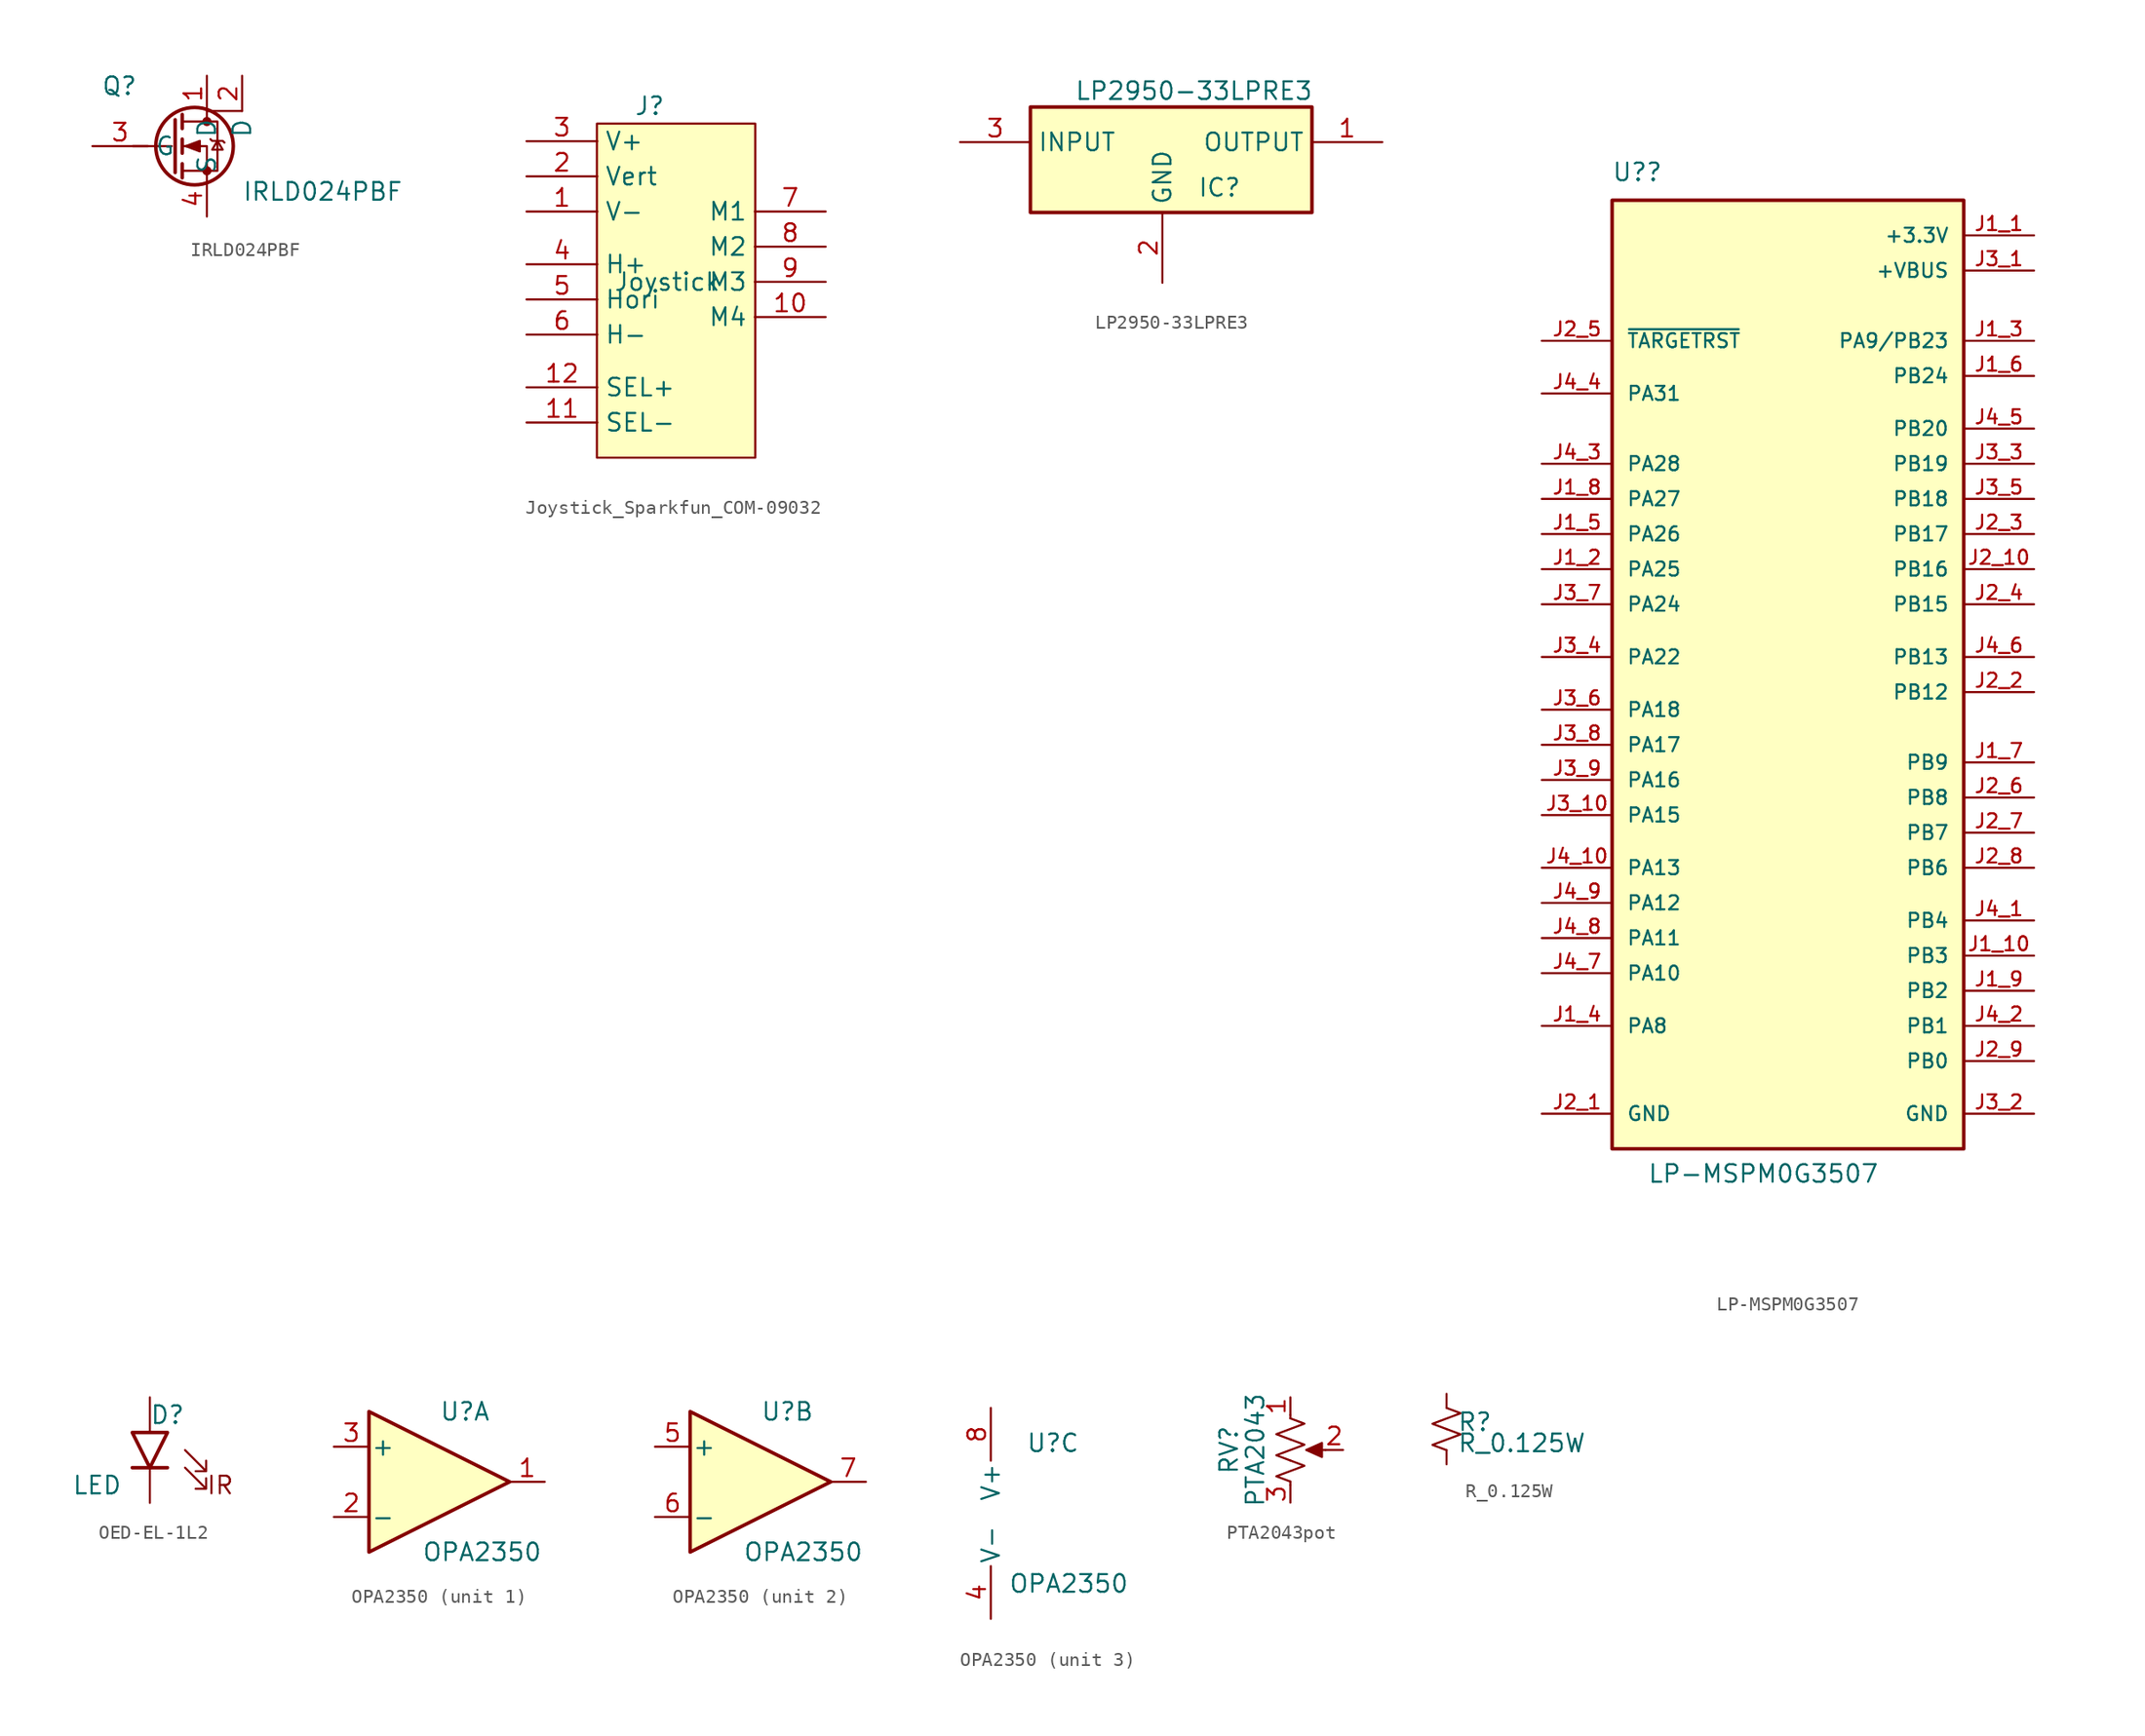
<source format=kicad_sym>
(kicad_symbol_lib
  (version 20241209)
  (generator "kicad_symbol_editor")
  (generator_version "9.0")
  (symbol "IRLD024PBF"
    (property "Reference" "Q"
      (at 6.35 5.715 0)
      (effects (font (size 1.27 1.27)) (justify left top)))
    (property "Value" "IRLD024PBF"
      (at 16.51 -1.905 0)
      (effects (font (size 1.27 1.27)) (justify left top)))
    (symbol "IRLD024PBF_0_1"
      (polyline (pts (xy 11.43 0.635) (xy 8.636 0.635)) (stroke (width 0) (type default)) (fill (type none)))
      (polyline (pts (xy 11.684 2.54) (xy 11.684 -1.27)) (stroke (width 0.254) (type default)) (fill (type none)))
      (polyline (pts (xy 12.192 2.921) (xy 12.192 1.905)) (stroke (width 0.254) (type default)) (fill (type none)))
      (polyline (pts (xy 12.192 1.143) (xy 12.192 0.127)) (stroke (width 0.254) (type default)) (fill (type none)))
      (polyline (pts (xy 12.192 -0.635) (xy 12.192 -1.651)) (stroke (width 0.254) (type default)) (fill (type none)))
      (polyline (pts (xy 12.192 -1.143) (xy 14.732 -1.143) (xy 14.732 2.413) (xy 12.192 2.413)) (stroke (width 0) (type default)) (fill (type none)))
      (polyline (pts (xy 12.446 0.635) (xy 13.462 1.016) (xy 13.462 0.254) (xy 12.446 0.635)) (stroke (width 0) (type default)) (fill (type outline)))
      (circle (center 13.081 0.635) (radius 2.794) (stroke (width 0.254) (type default)) (fill (type none)))
      (polyline (pts (xy 13.97 3.175) (xy 13.97 2.413)) (stroke (width 0) (type default)) (fill (type none)))
      (circle (center 13.97 2.413) (radius 0.254) (stroke (width 0) (type default)) (fill (type outline)))
      (circle (center 13.97 -1.143) (radius 0.254) (stroke (width 0) (type default)) (fill (type outline)))
      (polyline (pts (xy 13.97 -1.905) (xy 13.97 0.635) (xy 12.192 0.635)) (stroke (width 0) (type default)) (fill (type none)))
      (polyline (pts (xy 14.224 1.143) (xy 14.351 1.016) (xy 15.113 1.016) (xy 15.24 0.889)) (stroke (width 0) (type default)) (fill (type none)))
      (polyline (pts (xy 14.732 1.016) (xy 14.351 0.381) (xy 15.113 0.381) (xy 14.732 1.016)) (stroke (width 0) (type default)) (fill (type none)))
      (polyline (pts (xy 16.51 3.175) (xy 13.97 3.175)) (stroke (width 0) (type default)) (fill (type none))))
    (symbol "IRLD024PBF_1_1"
      (pin input line (at 5.715 0.635 0) (length 4) (name "G" (effects (font (size 1.27 1.27)))) (number "3" (effects (font (size 1.27 1.27)))))
      (pin passive line (at 13.97 5.715 270) (length 2.54) (name "D" (effects (font (size 1.27 1.27)))) (number "1" (effects (font (size 1.27 1.27)))))
      (pin passive line (at 13.97 -4.445 90) (length 2.54) (name "S" (effects (font (size 1.27 1.27)))) (number "4" (effects (font (size 1.27 1.27)))))
      (pin passive line (at 16.51 5.715 270) (length 2.54) (name "D" (effects (font (size 1.27 1.27)))) (number "2" (effects (font (size 1.27 1.27)))))))
  (symbol "Joystick_Sparkfun_COM-09032"
    (property "Reference" "J"
      (at -1.27 12.7 0)
      (effects (font (size 1.27 1.27))))
    (property "Value" "Joystick"
      (at 0 0 0)
      (effects (font (size 1.27 1.27))))
    (symbol "Joystick_Sparkfun_COM-09032_1_1"
      (rectangle (start -5.08 11.43) (end 6.35 -12.7) (stroke (width 0) (type default)) (fill (type background)))
      (pin passive line (at -10.16 10.16 0) (length 5.12) (name "V+" (effects (font (size 1.27 1.27)))) (number "3" (effects (font (size 1.27 1.27)))))
      (pin passive line (at -10.16 7.62 0) (length 5.12) (name "Vert" (effects (font (size 1.27 1.27)))) (number "2" (effects (font (size 1.27 1.27)))))
      (pin passive line (at -10.16 5.08 0) (length 5.12) (name "V-" (effects (font (size 1.27 1.27)))) (number "1" (effects (font (size 1.27 1.27)))))
      (pin passive line (at -10.16 1.27 0) (length 5.12) (name "H+" (effects (font (size 1.27 1.27)))) (number "4" (effects (font (size 1.27 1.27)))))
      (pin passive line (at -10.16 -1.27 0) (length 5.12) (name "Hori" (effects (font (size 1.27 1.27)))) (number "5" (effects (font (size 1.27 1.27)))))
      (pin passive line (at -10.16 -3.81 0) (length 5.12) (name "H-" (effects (font (size 1.27 1.27)))) (number "6" (effects (font (size 1.27 1.27)))))
      (pin passive line (at -10.16 -7.62 0) (length 5.12) (name "SEL+" (effects (font (size 1.27 1.27)))) (number "12" (effects (font (size 1.27 1.27)))))
      (pin passive line (at -10.16 -10.16 0) (length 5.12) (name "SEL-" (effects (font (size 1.27 1.27)))) (number "11" (effects (font (size 1.27 1.27)))))
      (pin free line (at 11.43 5.08 180) (length 5.12) (name "M1" (effects (font (size 1.27 1.27)))) (number "7" (effects (font (size 1.27 1.27)))))
      (pin free line (at 11.43 2.54 180) (length 5.12) (name "M2" (effects (font (size 1.27 1.27)))) (number "8" (effects (font (size 1.27 1.27)))))
      (pin free line (at 11.43 0 180) (length 5.12) (name "M3" (effects (font (size 1.27 1.27)))) (number "9" (effects (font (size 1.27 1.27)))))
      (pin free line (at 11.43 -2.54 180) (length 5.12) (name "M4" (effects (font (size 1.27 1.27)))) (number "10" (effects (font (size 1.27 1.27)))))))
  (symbol "LP2950-33LPRE3"
    (property "Reference" "IC"
      (at 17.145 -2.54 0)
      (effects (font (size 1.27 1.27)) (justify left top)))
    (property "Value" "LP2950-33LPRE3"
      (at 8.255 4.445 0)
      (effects (font (size 1.27 1.27)) (justify left top)))
    (symbol "LP2950-33LPRE3_1_1"
      (rectangle (start 5.08 2.54) (end 25.4 -5.08) (stroke (width 0.254) (type default)) (fill (type background)))
      (pin power_in line (at 0 0 0) (length 5.08) (name "INPUT" (effects (font (size 1.27 1.27)))) (number "3" (effects (font (size 1.27 1.27)))))
      (pin passive line (at 14.605 -10.16 90) (length 5.08) (name "GND" (effects (font (size 1.27 1.27)))) (number "2" (effects (font (size 1.27 1.27)))))
      (pin power_out line (at 30.48 0 180) (length 5.08) (name "OUTPUT" (effects (font (size 1.27 1.27)))) (number "1" (effects (font (size 1.27 1.27)))))))
  (symbol "LP-MSPM0G3507"
    (pin_names
      (offset 1.016))
    (property "Reference" "U?"
      (at -12.737 34.31 0)
      (effects (font (size 1.27 1.27)) (justify left bottom)))
    (property "Value" "LP-MSPM0G3507"
      (at -10.16 -38.1 0)
      (effects (font (size 1.27 1.27)) (justify left bottom)))
    (symbol "LP-MSPM0G3507_0_0"
      (rectangle (start -12.7 -35.56) (end 12.7 33.02) (stroke (width 0.254) (type default)) (fill (type background))))
    (symbol "LP-MSPM0G3507_1_0"
      (pin input line (at -17.78 22.86 0) (length 5.08) (name "~{TARGETRST}" (effects (font (size 1.016 1.016)))) (number "J2_5" (effects (font (size 1.016 1.016)))))
      (pin bidirectional line (at -17.78 19.05 0) (length 5.08) (name "PA31" (effects (font (size 1.016 1.016)))) (number "J4_4" (effects (font (size 1.016 1.016)))))
      (pin bidirectional line (at -17.78 13.97 0) (length 5.08) (name "PA28" (effects (font (size 1.016 1.016)))) (number "J4_3" (effects (font (size 1.016 1.016)))))
      (pin bidirectional line (at -17.78 11.43 0) (length 5.08) (name "PA27" (effects (font (size 1.016 1.016)))) (number "J1_8" (effects (font (size 1.016 1.016)))))
      (pin bidirectional line (at -17.78 8.89 0) (length 5.08) (name "PA26" (effects (font (size 1.016 1.016)))) (number "J1_5" (effects (font (size 1.016 1.016)))))
      (pin bidirectional line (at -17.78 6.35 0) (length 5.08) (name "PA25" (effects (font (size 1.016 1.016)))) (number "J1_2" (effects (font (size 1.016 1.016)))))
      (pin bidirectional line (at -17.78 3.81 0) (length 5.08) (name "PA24" (effects (font (size 1.016 1.016)))) (number "J3_7" (effects (font (size 1.016 1.016)))))
      (pin bidirectional line (at -17.78 0 0) (length 5.08) (name "PA22" (effects (font (size 1.016 1.016)))) (number "J3_4" (effects (font (size 1.016 1.016)))))
      (pin bidirectional line (at -17.78 -3.81 0) (length 5.08) (name "PA18" (effects (font (size 1.016 1.016)))) (number "J3_6" (effects (font (size 1.016 1.016)))))
      (pin bidirectional line (at -17.78 -6.35 0) (length 5.08) (name "PA17" (effects (font (size 1.016 1.016)))) (number "J3_8" (effects (font (size 1.016 1.016)))))
      (pin bidirectional line (at -17.78 -8.89 0) (length 5.08) (name "PA16" (effects (font (size 1.016 1.016)))) (number "J3_9" (effects (font (size 1.016 1.016)))))
      (pin bidirectional line (at -17.78 -11.43 0) (length 5.08) (name "PA15" (effects (font (size 1.016 1.016)))) (number "J3_10" (effects (font (size 1.016 1.016)))))
      (pin bidirectional line (at -17.78 -15.24 0) (length 5.08) (name "PA13" (effects (font (size 1.016 1.016)))) (number "J4_10" (effects (font (size 1.016 1.016)))))
      (pin bidirectional line (at -17.78 -17.78 0) (length 5.08) (name "PA12" (effects (font (size 1.016 1.016)))) (number "J4_9" (effects (font (size 1.016 1.016)))))
      (pin bidirectional line (at -17.78 -20.32 0) (length 5.08) (name "PA11" (effects (font (size 1.016 1.016)))) (number "J4_8" (effects (font (size 1.016 1.016)))))
      (pin bidirectional line (at -17.78 -22.86 0) (length 5.08) (name "PA10" (effects (font (size 1.016 1.016)))) (number "J4_7" (effects (font (size 1.016 1.016)))))
      (pin bidirectional line (at -17.78 -26.67 0) (length 5.08) (name "PA8" (effects (font (size 1.016 1.016)))) (number "J1_4" (effects (font (size 1.016 1.016)))))
      (pin power_out line (at -17.78 -33.02 0) (length 5.08) (name "GND" (effects (font (size 1.016 1.016)))) (number "J2_1" (effects (font (size 1.016 1.016)))))
      (pin power_out line (at 17.78 30.48 180) (length 5.08) (name "+3.3V" (effects (font (size 1.016 1.016)))) (number "J1_1" (effects (font (size 1.016 1.016)))))
      (pin power_out line (at 17.78 27.94 180) (length 5.08) (name "+VBUS" (effects (font (size 1.016 1.016)))) (number "J3_1" (effects (font (size 1.016 1.016)))))
      (pin bidirectional line (at 17.78 22.86 180) (length 5.08) (name "PA9/PB23" (effects (font (size 1.016 1.016)))) (number "J1_3" (effects (font (size 1.016 1.016)))))
      (pin bidirectional line (at 17.78 20.32 180) (length 5.08) (name "PB24" (effects (font (size 1.016 1.016)))) (number "J1_6" (effects (font (size 1.016 1.016)))))
      (pin bidirectional line (at 17.78 16.51 180) (length 5.08) (name "PB20" (effects (font (size 1.016 1.016)))) (number "J4_5" (effects (font (size 1.016 1.016)))))
      (pin bidirectional line (at 17.78 13.97 180) (length 5.08) (name "PB19" (effects (font (size 1.016 1.016)))) (number "J3_3" (effects (font (size 1.016 1.016)))))
      (pin bidirectional line (at 17.78 11.43 180) (length 5.08) (name "PB18" (effects (font (size 1.016 1.016)))) (number "J3_5" (effects (font (size 1.016 1.016)))))
      (pin bidirectional line (at 17.78 8.89 180) (length 5.08) (name "PB17" (effects (font (size 1.016 1.016)))) (number "J2_3" (effects (font (size 1.016 1.016)))))
      (pin bidirectional line (at 17.78 6.35 180) (length 5.08) (name "PB16" (effects (font (size 1.016 1.016)))) (number "J2_10" (effects (font (size 1.016 1.016)))))
      (pin bidirectional line (at 17.78 3.81 180) (length 5.08) (name "PB15" (effects (font (size 1.016 1.016)))) (number "J2_4" (effects (font (size 1.016 1.016)))))
      (pin bidirectional line (at 17.78 0 180) (length 5.08) (name "PB13" (effects (font (size 1.016 1.016)))) (number "J4_6" (effects (font (size 1.016 1.016)))))
      (pin bidirectional line (at 17.78 -2.54 180) (length 5.08) (name "PB12" (effects (font (size 1.016 1.016)))) (number "J2_2" (effects (font (size 1.016 1.016)))))
      (pin bidirectional line (at 17.78 -7.62 180) (length 5.08) (name "PB9" (effects (font (size 1.016 1.016)))) (number "J1_7" (effects (font (size 1.016 1.016)))))
      (pin bidirectional line (at 17.78 -10.16 180) (length 5.08) (name "PB8" (effects (font (size 1.016 1.016)))) (number "J2_6" (effects (font (size 1.016 1.016)))))
      (pin bidirectional line (at 17.78 -12.7 180) (length 5.08) (name "PB7" (effects (font (size 1.016 1.016)))) (number "J2_7" (effects (font (size 1.016 1.016)))))
      (pin bidirectional line (at 17.78 -15.24 180) (length 5.08) (name "PB6" (effects (font (size 1.016 1.016)))) (number "J2_8" (effects (font (size 1.016 1.016)))))
      (pin bidirectional line (at 17.78 -19.05 180) (length 5.08) (name "PB4" (effects (font (size 1.016 1.016)))) (number "J4_1" (effects (font (size 1.016 1.016)))))
      (pin bidirectional line (at 17.78 -21.59 180) (length 5.08) (name "PB3" (effects (font (size 1.016 1.016)))) (number "J1_10" (effects (font (size 1.016 1.016)))))
      (pin bidirectional line (at 17.78 -24.13 180) (length 5.08) (name "PB2" (effects (font (size 1.016 1.016)))) (number "J1_9" (effects (font (size 1.016 1.016)))))
      (pin bidirectional line (at 17.78 -26.67 180) (length 5.08) (name "PB1" (effects (font (size 1.016 1.016)))) (number "J4_2" (effects (font (size 1.016 1.016)))))
      (pin bidirectional line (at 17.78 -29.21 180) (length 5.08) (name "PB0" (effects (font (size 1.016 1.016)))) (number "J2_9" (effects (font (size 1.016 1.016)))))
      (pin power_out line (at 17.78 -33.02 180) (length 5.08) (name "GND" (effects (font (size 1.016 1.016)))) (number "J3_2" (effects (font (size 1.016 1.016)))))))
  (symbol "OED-EL-1L2"
    (pin_numbers
      (hide yes))
    (pin_names
      (offset 1.016)
      (hide yes))
    (property "Reference" "D"
      (at 0 2.54 0)
      (effects (font (size 1.27 1.27))))
    (property "Value" "LED"
      (at -5.08 -2.54 0)
      (effects (font (size 1.27 1.27))))
    (symbol "OED-EL-1L2_0_1"
      (polyline (pts (xy 0 1.27) (xy -2.54 1.27) (xy -1.27 -1.27) (xy 0 1.27)) (stroke (width 0.254) (type default)) (fill (type none)))
      (polyline (pts (xy 0 -1.27) (xy -2.54 -1.27)) (stroke (width 0.254) (type default)) (fill (type none)))
      (polyline (pts (xy 1.27 0) (xy 2.794 -1.524) (xy 2.794 -0.762) (xy 2.794 -1.524) (xy 2.032 -1.524)) (stroke (width 0) (type default)) (fill (type none)))
      (polyline (pts (xy 1.27 -1.27) (xy 2.794 -2.794) (xy 2.794 -2.032) (xy 2.794 -2.794) (xy 2.032 -2.794)) (stroke (width 0) (type default)) (fill (type none))))
    (symbol "OED-EL-1L2_1_1"
      (text "IR" (at 3.81 -2.54 0) (effects (font (size 1.27 1.27))))
      (pin passive line (at -1.27 3.81 270) (length 2.54) (name "A" (effects (font (size 1.27 1.27)))) (number "2" (effects (font (size 1.27 1.27)))))
      (pin passive line (at -1.27 -3.81 90) (length 2.54) (name "K" (effects (font (size 1.27 1.27)))) (number "1" (effects (font (size 1.27 1.27)))))))
  (symbol "OPA2350"
    (pin_names
      (offset 0.127))
    (property "Reference" "U"
      (at 0 5.08 0)
      (effects (font (size 1.27 1.27)) (justify left)))
    (property "Value" "OPA2350"
      (at -1.27 -5.08 0)
      (effects (font (size 1.27 1.27)) (justify left)))
    (property "ki_locked" ""
      (at 0 0 0)
      (effects (font (size 1.27 1.27))))
    (symbol "OPA2350_1_1"
      (polyline (pts (xy -5.08 5.08) (xy 5.08 0) (xy -5.08 -5.08) (xy -5.08 5.08)) (stroke (width 0.254) (type default)) (fill (type background)))
      (pin input line (at -7.62 2.54 0) (length 2.54) (name "+" (effects (font (size 1.27 1.27)))) (number "3" (effects (font (size 1.27 1.27)))))
      (pin input line (at -7.62 -2.54 0) (length 2.54) (name "-" (effects (font (size 1.27 1.27)))) (number "2" (effects (font (size 1.27 1.27)))))
      (pin output line (at 7.62 0 180) (length 2.54) (name "~" (effects (font (size 1.27 1.27)))) (number "1" (effects (font (size 1.27 1.27))))))
    (symbol "OPA2350_2_1"
      (polyline (pts (xy -5.08 5.08) (xy 5.08 0) (xy -5.08 -5.08) (xy -5.08 5.08)) (stroke (width 0.254) (type default)) (fill (type background)))
      (pin input line (at -7.62 2.54 0) (length 2.54) (name "+" (effects (font (size 1.27 1.27)))) (number "5" (effects (font (size 1.27 1.27)))))
      (pin input line (at -7.62 -2.54 0) (length 2.54) (name "-" (effects (font (size 1.27 1.27)))) (number "6" (effects (font (size 1.27 1.27)))))
      (pin output line (at 7.62 0 180) (length 2.54) (name "~" (effects (font (size 1.27 1.27)))) (number "7" (effects (font (size 1.27 1.27))))))
    (symbol "OPA2350_3_1"
      (pin power_in line (at -2.54 7.62 270) (length 3.81) (name "V+" (effects (font (size 1.27 1.27)))) (number "8" (effects (font (size 1.27 1.27)))))
      (pin power_in line (at -2.54 -7.62 90) (length 3.81) (name "V-" (effects (font (size 1.27 1.27)))) (number "4" (effects (font (size 1.27 1.27)))))))
  (symbol "PTA2043pot"
    (pin_names
      (offset 1.016)
      (hide yes))
    (property "Reference" "RV"
      (at -4.445 0 90)
      (effects (font (size 1.27 1.27))))
    (property "Value" "PTA2043"
      (at -2.54 0 90)
      (effects (font (size 1.27 1.27))))
    (symbol "PTA2043pot_0_1"
      (polyline (pts (xy 0 2.54) (xy 0 2.286)) (stroke (width 0) (type default)) (fill (type none)))
      (polyline (pts (xy 0 2.286) (xy 1.016 1.905) (xy 0 1.524) (xy -1.016 1.143) (xy 0 0.762)) (stroke (width 0) (type default)) (fill (type none)))
      (polyline (pts (xy 0 0.762) (xy 1.016 0.381) (xy 0 0) (xy -1.016 -0.381) (xy 0 -0.762)) (stroke (width 0) (type default)) (fill (type none)))
      (polyline (pts (xy 0 -0.762) (xy 1.016 -1.143) (xy 0 -1.524) (xy -1.016 -1.905) (xy 0 -2.286)) (stroke (width 0) (type default)) (fill (type none)))
      (polyline (pts (xy 0 -2.286) (xy 0 -2.54)) (stroke (width 0) (type default)) (fill (type none)))
      (polyline (pts (xy 1.143 0) (xy 2.286 0.508) (xy 2.286 -0.508) (xy 1.143 0)) (stroke (width 0) (type default)) (fill (type outline)))
      (polyline (pts (xy 2.54 0) (xy 1.524 0)) (stroke (width 0) (type default)) (fill (type none))))
    (symbol "PTA2043pot_1_1"
      (pin passive line (at 0 3.81 270) (length 1.27) (name "1" (effects (font (size 1.27 1.27)))) (number "1" (effects (font (size 1.27 1.27)))))
      (pin passive line (at 0 -3.81 90) (length 1.27) (name "3" (effects (font (size 1.27 1.27)))) (number "3" (effects (font (size 1.27 1.27)))))
      (pin passive line (at 3.81 0 180) (length 1.27) (name "2" (effects (font (size 1.27 1.27)))) (number "2" (effects (font (size 1.27 1.27)))))))
  (symbol "R_0.125W"
    (pin_numbers
      (hide yes))
    (pin_names
      (offset 0.254)
      (hide yes))
    (property "Reference" "R"
      (at 0.762 0.508 0)
      (effects (font (size 1.27 1.27)) (justify left)))
    (property "Value" "R_0.125W"
      (at 0.762 -1.016 0)
      (effects (font (size 1.27 1.27)) (justify left)))
    (symbol "R_0.125W_1_1"
      (polyline (pts (xy 0 1.524) (xy 1.016 1.143) (xy 0 0.762) (xy -1.016 0.381) (xy 0 0)) (stroke (width 0) (type default)) (fill (type none)))
      (polyline (pts (xy 0 0) (xy 1.016 -0.381) (xy 0 -0.762) (xy -1.016 -1.143) (xy 0 -1.524)) (stroke (width 0) (type default)) (fill (type none)))
      (pin passive line (at 0 2.54 270) (length 1.016) (name "~" (effects (font (size 1.27 1.27)))) (number "1" (effects (font (size 1.27 1.27)))))
      (pin passive line (at 0 -2.54 90) (length 1.016) (name "~" (effects (font (size 1.27 1.27)))) (number "2" (effects (font (size 1.27 1.27))))))))
</source>
